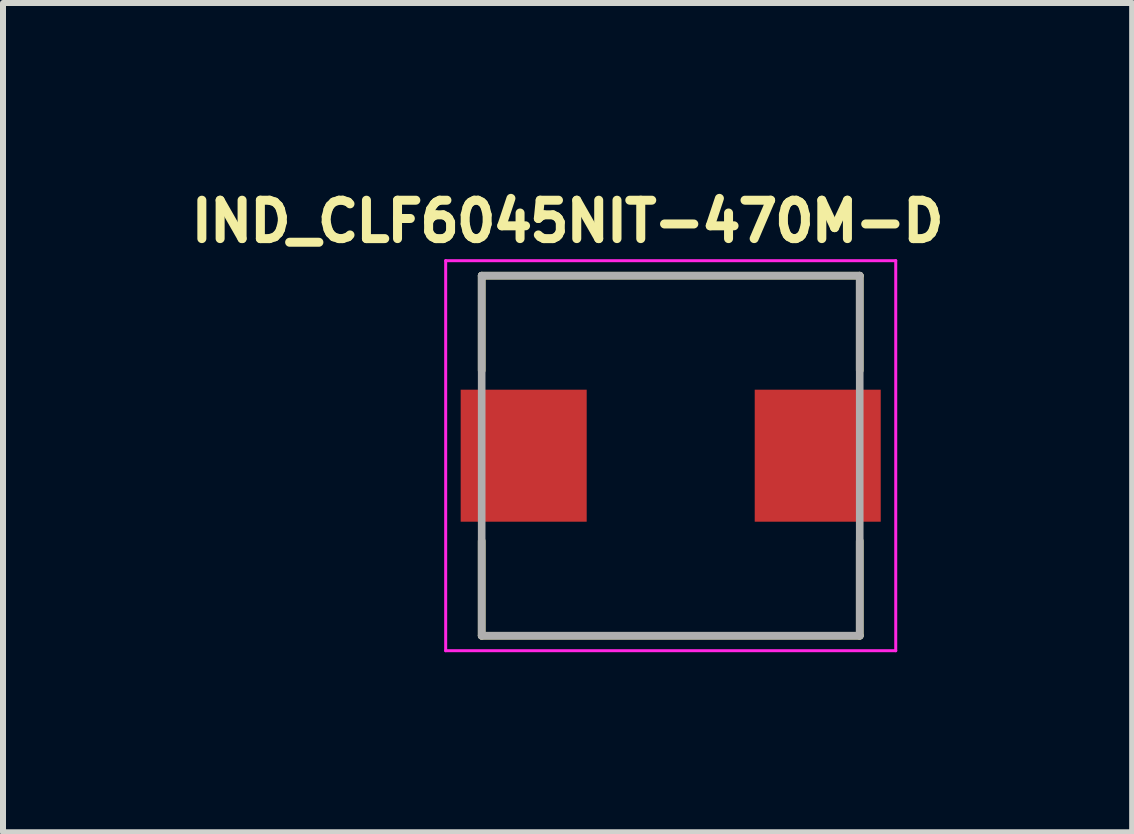
<source format=kicad_pcb>
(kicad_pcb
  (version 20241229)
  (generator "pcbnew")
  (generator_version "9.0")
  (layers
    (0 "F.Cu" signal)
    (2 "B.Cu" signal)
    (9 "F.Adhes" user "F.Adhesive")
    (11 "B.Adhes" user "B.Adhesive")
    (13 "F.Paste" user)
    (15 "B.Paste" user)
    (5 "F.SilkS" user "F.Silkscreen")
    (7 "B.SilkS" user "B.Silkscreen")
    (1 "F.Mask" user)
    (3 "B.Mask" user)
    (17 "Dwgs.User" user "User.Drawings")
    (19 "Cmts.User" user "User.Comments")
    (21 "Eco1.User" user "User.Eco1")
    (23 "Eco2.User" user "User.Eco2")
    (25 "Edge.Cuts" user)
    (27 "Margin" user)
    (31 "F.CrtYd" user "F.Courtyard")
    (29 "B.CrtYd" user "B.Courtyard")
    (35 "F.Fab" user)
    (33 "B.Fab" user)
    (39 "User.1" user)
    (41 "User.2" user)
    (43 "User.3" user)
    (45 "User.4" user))
  (footprint "IND_CLF6045NIT-470M-D"
    (layer "F.Cu")
    (at 8.127 4.544)
    (property "Reference" "IND_CLF6045NIT-470M-D" (at -1.718 -3.906 0) (layer "F.SilkS") (effects (font (size 0.64 0.64) (thickness 0.15))))
    (attr smd)
    (fp_line (start -3.15 -3) (end -3.15 -1.42) (stroke (width 0.127) (type solid)) (layer "F.SilkS"))
    (fp_line (start -3.15 -3) (end 3.15 -3) (stroke (width 0.127) (type solid)) (layer "F.SilkS"))
    (fp_line (start -3.15 3) (end -3.15 1.42) (stroke (width 0.127) (type solid)) (layer "F.SilkS"))
    (fp_line (start -3.15 3) (end 3.15 3) (stroke (width 0.127) (type solid)) (layer "F.SilkS"))
    (fp_line (start 3.15 -3) (end 3.15 -1.42) (stroke (width 0.127) (type solid)) (layer "F.SilkS"))
    (fp_line (start 3.15 3) (end 3.15 1.42) (stroke (width 0.127) (type solid)) (layer "F.SilkS"))
    (fp_line (start -3.75 -3.25) (end -3.75 3.25) (stroke (width 0.05) (type solid)) (layer "F.CrtYd"))
    (fp_line (start -3.75 3.25) (end 3.75 3.25) (stroke (width 0.05) (type solid)) (layer "F.CrtYd"))
    (fp_line (start 3.75 -3.25) (end -3.75 -3.25) (stroke (width 0.05) (type solid)) (layer "F.CrtYd"))
    (fp_line (start 3.75 3.25) (end 3.75 -3.25) (stroke (width 0.05) (type solid)) (layer "F.CrtYd"))
    (fp_line (start -3.15 -3) (end -3.15 3) (stroke (width 0.127) (type solid)) (layer "F.Fab"))
    (fp_line (start -3.15 -3) (end 3.15 -3) (stroke (width 0.127) (type solid)) (layer "F.Fab"))
    (fp_line (start -3.15 3) (end 3.15 3) (stroke (width 0.127) (type solid)) (layer "F.Fab"))
    (fp_line (start 3.15 -3) (end 3.15 3) (stroke (width 0.127) (type solid)) (layer "F.Fab"))
    (pad "1" smd rect (at -2.45 0) (size 2.1 2.2) (layers "F.Cu" "F.Mask" "F.Paste"))
    (pad "2" smd rect (at 2.45 0) (size 2.1 2.2) (layers "F.Cu" "F.Mask" "F.Paste")))
  (gr_rect
    (start -3 -3)
    (end 15.817 10.819)
    (stroke (width 0.1) (type default))
    (fill no)
    (layer "Edge.Cuts")))
</source>
